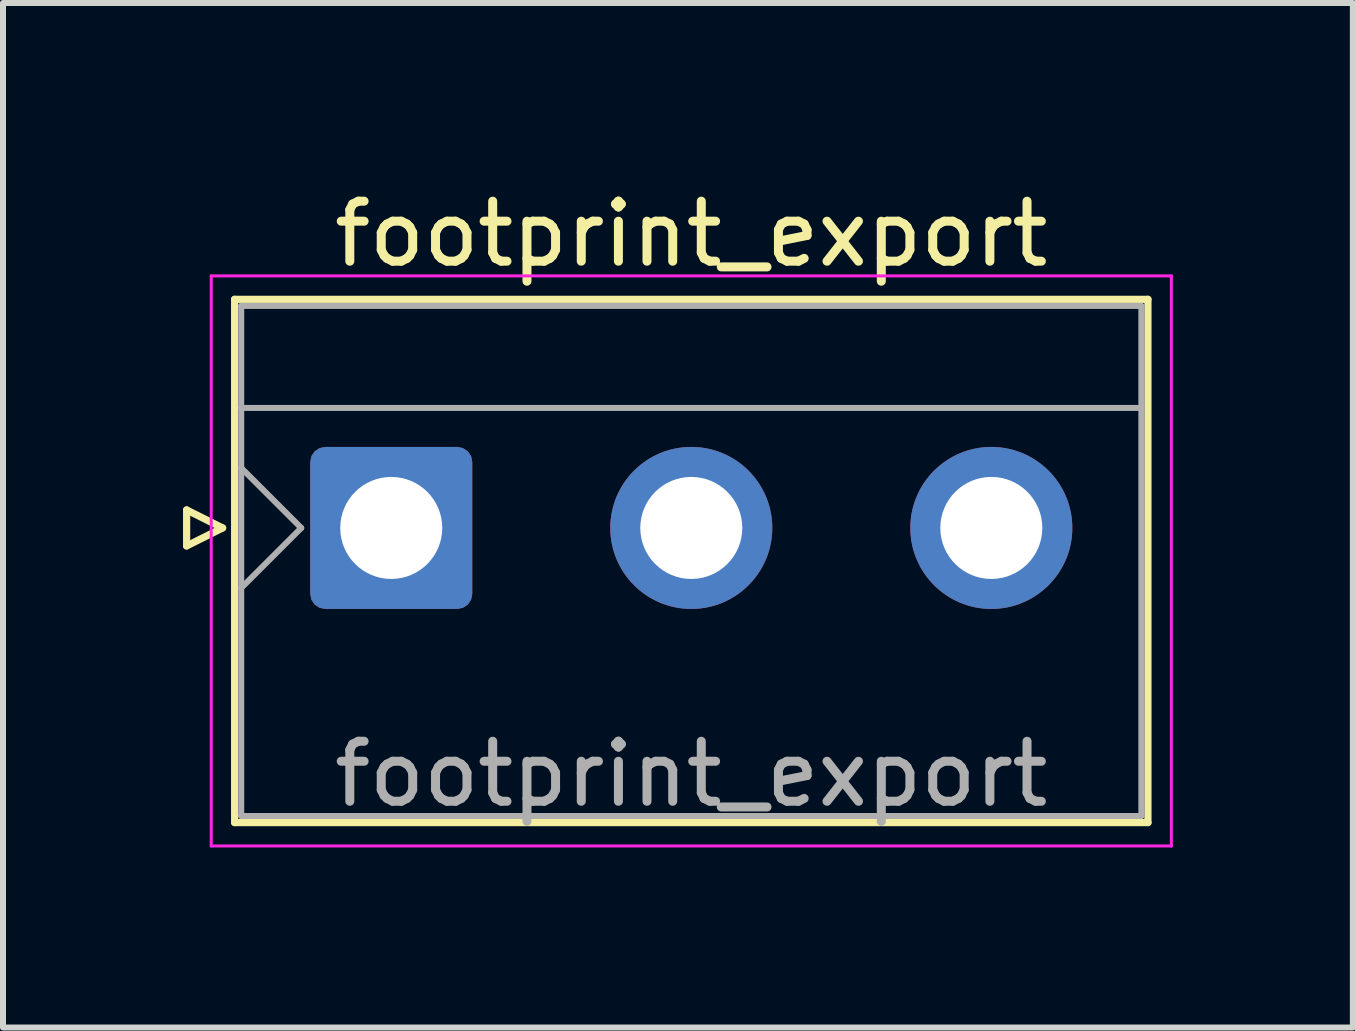
<source format=kicad_pcb>
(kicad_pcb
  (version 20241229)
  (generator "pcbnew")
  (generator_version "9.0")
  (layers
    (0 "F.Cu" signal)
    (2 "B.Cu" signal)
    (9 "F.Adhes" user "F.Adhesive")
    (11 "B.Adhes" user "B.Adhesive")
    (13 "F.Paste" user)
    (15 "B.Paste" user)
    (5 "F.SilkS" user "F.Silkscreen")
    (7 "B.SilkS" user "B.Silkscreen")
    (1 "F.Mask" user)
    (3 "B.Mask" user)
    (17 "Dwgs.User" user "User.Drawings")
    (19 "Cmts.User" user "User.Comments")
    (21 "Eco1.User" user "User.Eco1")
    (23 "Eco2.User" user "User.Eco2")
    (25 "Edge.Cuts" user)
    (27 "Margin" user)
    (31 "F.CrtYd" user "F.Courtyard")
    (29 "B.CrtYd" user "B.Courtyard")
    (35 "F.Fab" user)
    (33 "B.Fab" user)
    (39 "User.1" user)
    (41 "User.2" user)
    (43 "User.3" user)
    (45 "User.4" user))
  (footprint "footprint_export"
    (layer "F.Cu")
    (at 3.47 5.748)
    (property "Reference" "footprint_export" (at 5 -4.9 0) (layer "F.SilkS") (effects (font (size 1 1) (thickness 0.15))))
    (attr through_hole)
    (fp_line (start -3.41 -0.3) (end -2.81 0) (stroke (width 0.12) (type solid)) (layer "F.SilkS"))
    (fp_line (start -3.41 0.3) (end -3.41 -0.3) (stroke (width 0.12) (type solid)) (layer "F.SilkS"))
    (fp_line (start -2.81 0) (end -3.41 0.3) (stroke (width 0.12) (type solid)) (layer "F.SilkS"))
    (fp_line (start -2.61 -3.81) (end -2.61 4.91) (stroke (width 0.12) (type solid)) (layer "F.SilkS"))
    (fp_line (start -2.61 4.91) (end 12.61 4.91) (stroke (width 0.12) (type solid)) (layer "F.SilkS"))
    (fp_line (start 12.61 -3.81) (end -2.61 -3.81) (stroke (width 0.12) (type solid)) (layer "F.SilkS"))
    (fp_line (start 12.61 4.91) (end 12.61 -3.81) (stroke (width 0.12) (type solid)) (layer "F.SilkS"))
    (fp_line (start -3 -4.2) (end -3 5.3) (stroke (width 0.05) (type solid)) (layer "F.CrtYd"))
    (fp_line (start -3 5.3) (end 13 5.3) (stroke (width 0.05) (type solid)) (layer "F.CrtYd"))
    (fp_line (start 13 -4.2) (end -3 -4.2) (stroke (width 0.05) (type solid)) (layer "F.CrtYd"))
    (fp_line (start 13 5.3) (end 13 -4.2) (stroke (width 0.05) (type solid)) (layer "F.CrtYd"))
    (fp_line (start -2.5 -3.7) (end -2.5 4.8) (stroke (width 0.1) (type solid)) (layer "F.Fab"))
    (fp_line (start -2.5 -2) (end 12.5 -2) (stroke (width 0.1) (type solid)) (layer "F.Fab"))
    (fp_line (start -2.5 -1) (end -1.5 0) (stroke (width 0.1) (type solid)) (layer "F.Fab"))
    (fp_line (start -2.5 1) (end -1.5 0) (stroke (width 0.1) (type solid)) (layer "F.Fab"))
    (fp_line (start -2.5 4.8) (end 12.5 4.8) (stroke (width 0.1) (type solid)) (layer "F.Fab"))
    (fp_line (start 12.5 -3.7) (end -2.5 -3.7) (stroke (width 0.1) (type solid)) (layer "F.Fab"))
    (fp_line (start 12.5 4.8) (end 12.5 -3.7) (stroke (width 0.1) (type solid)) (layer "F.Fab"))
    (fp_text user "${REFERENCE}" (at 5 4.1 0) (layer "F.Fab") (effects (font (size 1 1) (thickness 0.15))))
    (pad "1" thru_hole roundrect (at 0 0) (size 2.7 2.7) (drill 1.7) (layers "*.Cu" "*.Mask") (roundrect_rratio 0.093))
    (pad "2" thru_hole circle (at 5 0) (size 2.7 2.7) (drill 1.7) (layers "*.Cu" "*.Mask"))
    (pad "3" thru_hole circle (at 10 0) (size 2.7 2.7) (drill 1.7) (layers "*.Cu" "*.Mask")))
  (gr_rect
    (start -3 -3)
    (end 19.495 14.073)
    (stroke (width 0.1) (type default))
    (fill no)
    (layer "Edge.Cuts")))
</source>
